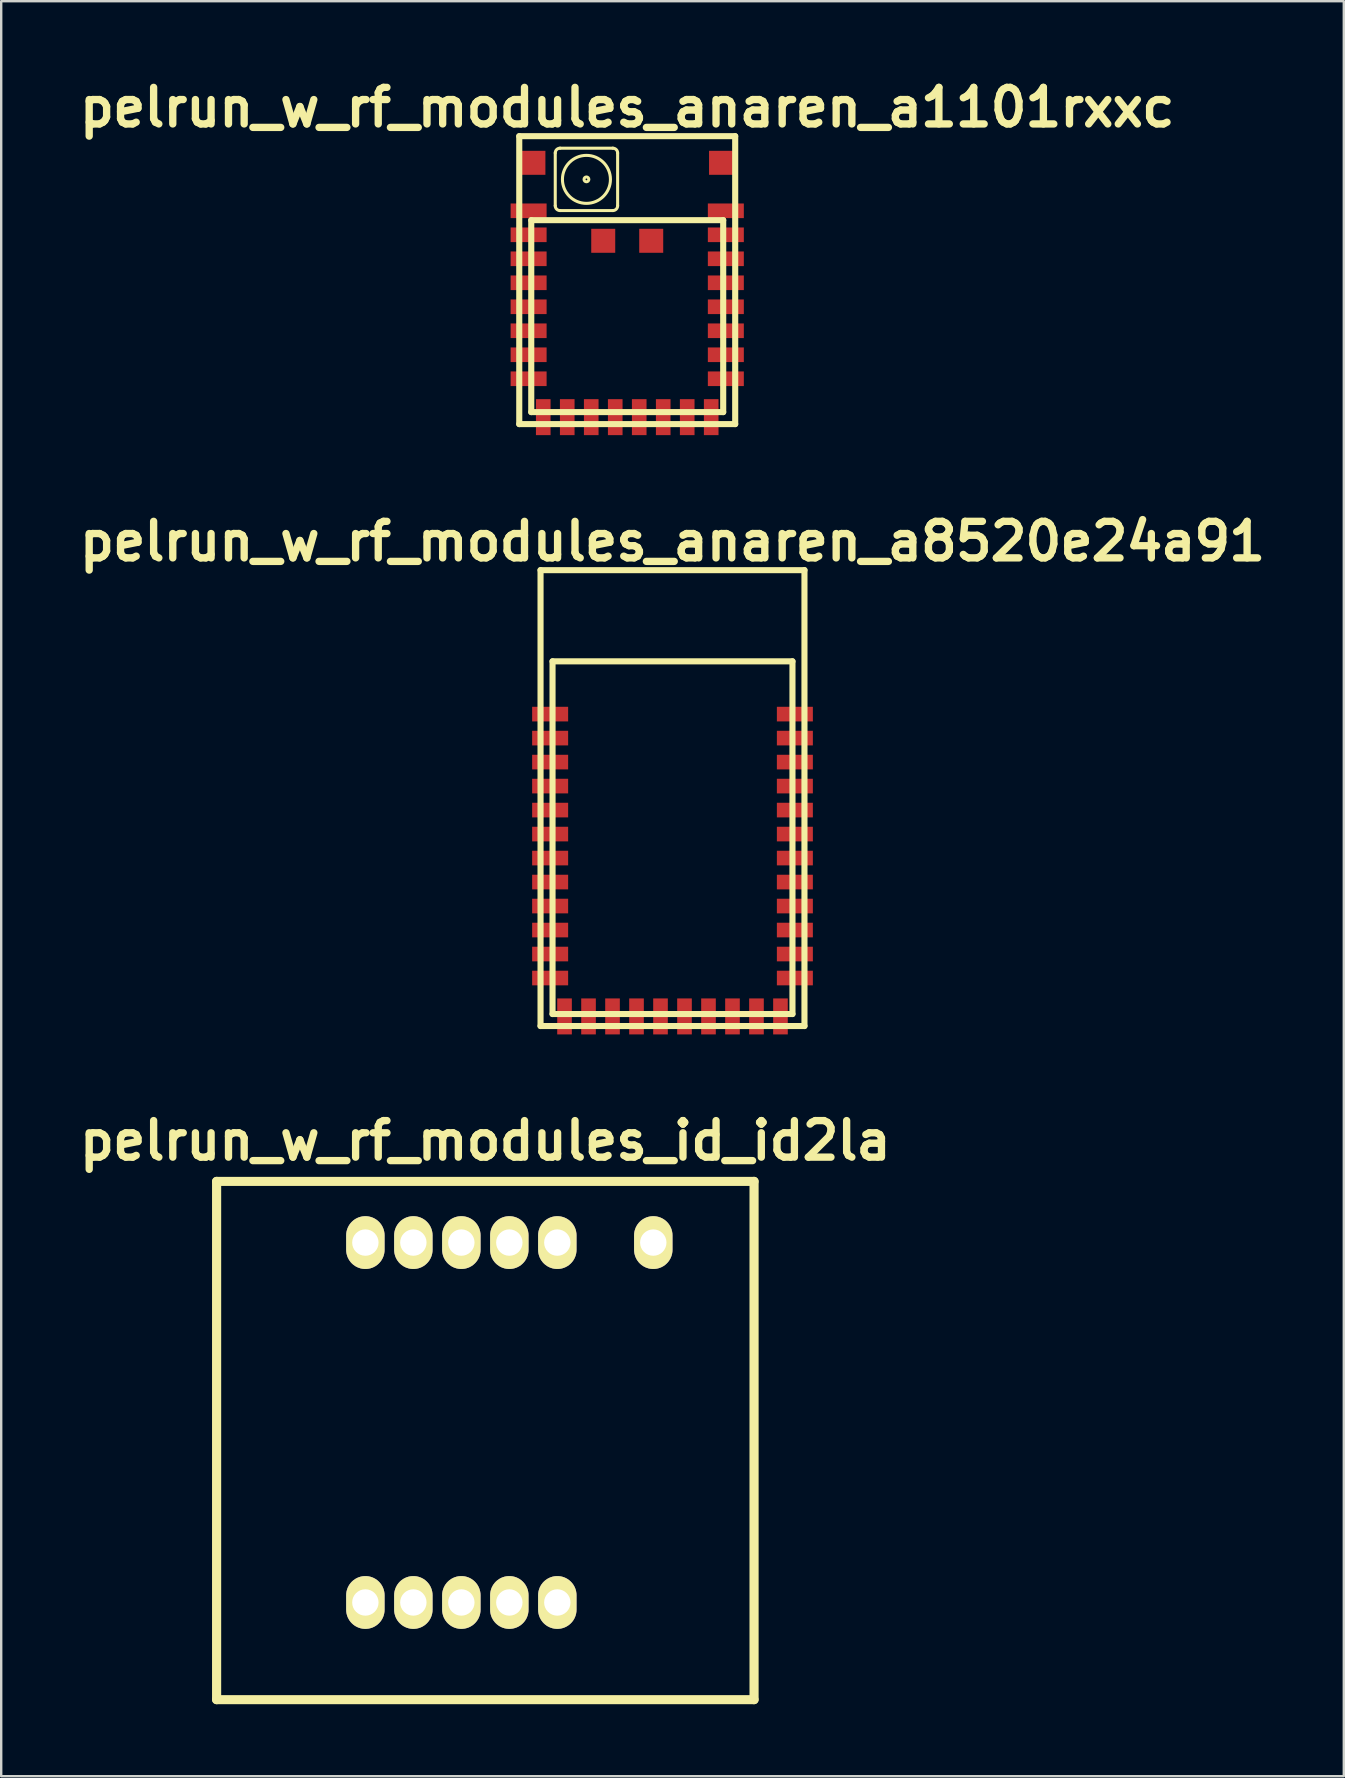
<source format=kicad_pcb>
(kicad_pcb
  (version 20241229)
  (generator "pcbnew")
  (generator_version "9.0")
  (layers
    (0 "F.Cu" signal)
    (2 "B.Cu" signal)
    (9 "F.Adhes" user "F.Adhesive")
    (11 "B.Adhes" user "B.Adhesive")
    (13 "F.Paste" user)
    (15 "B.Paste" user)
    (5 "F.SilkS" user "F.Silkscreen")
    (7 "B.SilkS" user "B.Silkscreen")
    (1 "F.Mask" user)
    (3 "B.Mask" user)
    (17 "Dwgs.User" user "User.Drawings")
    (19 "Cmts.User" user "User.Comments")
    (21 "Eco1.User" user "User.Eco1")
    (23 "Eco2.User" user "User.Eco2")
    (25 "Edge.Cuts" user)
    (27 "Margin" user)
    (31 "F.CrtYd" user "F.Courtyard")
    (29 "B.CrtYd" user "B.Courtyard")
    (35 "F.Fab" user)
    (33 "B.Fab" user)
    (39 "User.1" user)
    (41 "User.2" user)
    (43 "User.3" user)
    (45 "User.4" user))
  (footprint "pelrun_w_rf_modules_anaren_a1101rxxc"
    (layer "F.Cu")
    (at 23.092 8.626)
    (property "Reference" "pelrun_w_rf_modules_anaren_a1101rxxc" (at 0 -7.2 0) (layer "F.SilkS") (effects (font (size 1.524 1.524) (thickness 0.305))))
    (attr through_hole)
    (fp_line (start -4.5 -6) (end -4.5 6) (stroke (width 0.254) (type solid)) (layer "F.SilkS"))
    (fp_line (start -4.5 -6) (end 4.5 -6) (stroke (width 0.254) (type solid)) (layer "F.SilkS"))
    (fp_line (start -4.5 6) (end 4.5 6) (stroke (width 0.254) (type solid)) (layer "F.SilkS"))
    (fp_line (start -4 -2.5) (end -4 5.5) (stroke (width 0.254) (type solid)) (layer "F.SilkS"))
    (fp_line (start -4 -2.5) (end 4 -2.5) (stroke (width 0.254) (type solid)) (layer "F.SilkS"))
    (fp_line (start -4 5.5) (end 4 5.5) (stroke (width 0.254) (type solid)) (layer "F.SilkS"))
    (fp_line (start -3 -3.1) (end -3 -5.3) (stroke (width 0.127) (type solid)) (layer "F.SilkS"))
    (fp_line (start -2.8 -5.5) (end -0.6 -5.5) (stroke (width 0.127) (type solid)) (layer "F.SilkS"))
    (fp_line (start -0.6 -2.9) (end -2.8 -2.9) (stroke (width 0.127) (type solid)) (layer "F.SilkS"))
    (fp_line (start -0.4 -5.3) (end -0.4 -3.1) (stroke (width 0.127) (type solid)) (layer "F.SilkS"))
    (fp_line (start 4 -2.5) (end 4 5.5) (stroke (width 0.254) (type solid)) (layer "F.SilkS"))
    (fp_line (start 4.5 -6) (end 4.5 6) (stroke (width 0.254) (type solid)) (layer "F.SilkS"))
    (fp_arc (start -3 -5.3) (mid -2.941421 -5.441421) (end -2.8 -5.5) (stroke (width 0.127) (type solid)) (layer "F.SilkS"))
    (fp_arc (start -2.8 -2.9) (mid -2.941421 -2.958579) (end -3 -3.1) (stroke (width 0.127) (type solid)) (layer "F.SilkS"))
    (fp_arc (start -0.6 -5.5) (mid -0.458579 -5.441421) (end -0.4 -5.3) (stroke (width 0.127) (type solid)) (layer "F.SilkS"))
    (fp_arc (start -0.4 -3.1) (mid -0.458579 -2.958579) (end -0.6 -2.9) (stroke (width 0.127) (type solid)) (layer "F.SilkS"))
    (fp_circle (center -1.7 -4.2) (end -2.7 -4.2) (stroke (width 0.127) (type solid)) (fill no) (layer "F.SilkS"))
    (fp_circle (center -1.7 -4.2) (end -1.8 -4.2) (stroke (width 0.127) (type solid)) (fill no) (layer "F.SilkS"))
    (pad "" smd rect (at -3.91 -4.89) (size 1 1) (layers "F.Cu" "F.Mask" "F.Paste"))
    (pad "" smd rect (at -1 -1.64) (size 1 1) (layers "F.Cu" "F.Mask" "F.Paste"))
    (pad "" smd rect (at 1 -1.64) (size 1 1) (layers "F.Cu" "F.Mask" "F.Paste"))
    (pad "" smd rect (at 3.91 -4.89) (size 1 1) (layers "F.Cu" "F.Mask" "F.Paste"))
    (pad "1" smd rect (at -4.11 -2.89) (size 1.5 0.61) (layers "F.Cu" "F.Mask" "F.Paste"))
    (pad "2" smd rect (at -4.11 -1.89) (size 1.5 0.61) (layers "F.Cu" "F.Mask" "F.Paste"))
    (pad "3" smd rect (at -4.11 -0.89) (size 1.5 0.61) (layers "F.Cu" "F.Mask" "F.Paste"))
    (pad "4" smd rect (at -4.11 0.11) (size 1.5 0.61) (layers "F.Cu" "F.Mask" "F.Paste"))
    (pad "5" smd rect (at -4.11 1.11) (size 1.5 0.61) (layers "F.Cu" "F.Mask" "F.Paste"))
    (pad "6" smd rect (at -4.11 2.11) (size 1.5 0.61) (layers "F.Cu" "F.Mask" "F.Paste"))
    (pad "7" smd rect (at -4.11 3.11) (size 1.5 0.61) (layers "F.Cu" "F.Mask" "F.Paste"))
    (pad "8" smd rect (at -4.11 4.11) (size 1.5 0.61) (layers "F.Cu" "F.Mask" "F.Paste"))
    (pad "9" smd rect (at -3.5 5.71) (size 0.61 1.5) (layers "F.Cu" "F.Mask" "F.Paste"))
    (pad "10" smd rect (at -2.5 5.71) (size 0.61 1.5) (layers "F.Cu" "F.Mask" "F.Paste"))
    (pad "11" smd rect (at -1.5 5.71) (size 0.61 1.5) (layers "F.Cu" "F.Mask" "F.Paste"))
    (pad "12" smd rect (at -0.5 5.71) (size 0.61 1.5) (layers "F.Cu" "F.Mask" "F.Paste"))
    (pad "13" smd rect (at 0.5 5.71) (size 0.61 1.5) (layers "F.Cu" "F.Mask" "F.Paste"))
    (pad "14" smd rect (at 1.5 5.71) (size 0.61 1.5) (layers "F.Cu" "F.Mask" "F.Paste"))
    (pad "15" smd rect (at 2.5 5.71) (size 0.61 1.5) (layers "F.Cu" "F.Mask" "F.Paste"))
    (pad "16" smd rect (at 3.5 5.71) (size 0.61 1.5) (layers "F.Cu" "F.Mask" "F.Paste"))
    (pad "17" smd rect (at 4.11 4.11) (size 1.5 0.61) (layers "F.Cu" "F.Mask" "F.Paste"))
    (pad "18" smd rect (at 4.11 3.11) (size 1.5 0.61) (layers "F.Cu" "F.Mask" "F.Paste"))
    (pad "19" smd rect (at 4.11 2.11) (size 1.5 0.61) (layers "F.Cu" "F.Mask" "F.Paste"))
    (pad "20" smd rect (at 4.11 1.11) (size 1.5 0.61) (layers "F.Cu" "F.Mask" "F.Paste"))
    (pad "21" smd rect (at 4.11 0.11) (size 1.5 0.61) (layers "F.Cu" "F.Mask" "F.Paste"))
    (pad "22" smd rect (at 4.11 -0.89) (size 1.5 0.61) (layers "F.Cu" "F.Mask" "F.Paste"))
    (pad "23" smd rect (at 4.11 -1.89) (size 1.5 0.61) (layers "F.Cu" "F.Mask" "F.Paste"))
    (pad "24" smd rect (at 4.11 -2.89) (size 1.5 0.61) (layers "F.Cu" "F.Mask" "F.Paste")))
  (footprint "pelrun_w_rf_modules_id_id2la"
    (layer "F.Cu")
    (at 17.178 56.989)
    (property "Reference" "pelrun_w_rf_modules_id_id2la" (at 0 -12.5 0) (layer "F.SilkS") (effects (font (size 1.524 1.524) (thickness 0.305))))
    (attr through_hole)
    (fp_line (start -11.2 -10.8) (end -11.2 10.8) (stroke (width 0.381) (type solid)) (layer "F.SilkS"))
    (fp_line (start -11.2 -10.8) (end 11.2 -10.8) (stroke (width 0.378) (type solid)) (layer "F.SilkS"))
    (fp_line (start -11.2 10.8) (end 11.2 10.8) (stroke (width 0.378) (type solid)) (layer "F.SilkS"))
    (fp_line (start 11.2 -10.8) (end 11.2 10.8) (stroke (width 0.381) (type solid)) (layer "F.SilkS"))
    (pad "1" thru_hole oval (at 3 6.75) (size 1.6 2.2) (drill 1.1) (layers "*.Cu" "*.Mask" "F.SilkS"))
    (pad "2" thru_hole oval (at 1 6.75) (size 1.6 2.2) (drill 1.1) (layers "*.Cu" "*.Mask" "F.SilkS"))
    (pad "3" thru_hole oval (at -1 6.75) (size 1.6 2.2) (drill 1.1) (layers "*.Cu" "*.Mask" "F.SilkS"))
    (pad "4" thru_hole oval (at -3 6.75) (size 1.6 2.2) (drill 1.1) (layers "*.Cu" "*.Mask" "F.SilkS"))
    (pad "5" thru_hole oval (at -5 6.75) (size 1.6 2.2) (drill 1.1) (layers "*.Cu" "*.Mask" "F.SilkS"))
    (pad "6" thru_hole oval (at -5 -8.25) (size 1.6 2.2) (drill 1.1) (layers "*.Cu" "*.Mask" "F.SilkS"))
    (pad "7" thru_hole oval (at -3 -8.25) (size 1.6 2.2) (drill 1.1) (layers "*.Cu" "*.Mask" "F.SilkS"))
    (pad "8" thru_hole oval (at -1 -8.25) (size 1.6 2.2) (drill 1.1) (layers "*.Cu" "*.Mask" "F.SilkS"))
    (pad "9" thru_hole oval (at 1 -8.25) (size 1.6 2.2) (drill 1.1) (layers "*.Cu" "*.Mask" "F.SilkS"))
    (pad "10" thru_hole oval (at 3 -8.25) (size 1.6 2.2) (drill 1.1) (layers "*.Cu" "*.Mask" "F.SilkS"))
    (pad "11" thru_hole oval (at 7 -8.25) (size 1.6 2.2) (drill 1.1) (layers "*.Cu" "*.Mask" "F.SilkS")))
  (footprint "pelrun_w_rf_modules_anaren_a8520e24a91"
    (layer "F.Cu")
    (at 24.979 30.213)
    (property "Reference" "pelrun_w_rf_modules_anaren_a8520e24a91" (at 0 -10.7 0) (layer "F.SilkS") (effects (font (size 1.524 1.524) (thickness 0.305))))
    (attr through_hole)
    (fp_line (start -5.5 -9.5) (end -5.5 9.5) (stroke (width 0.254) (type solid)) (layer "F.SilkS"))
    (fp_line (start -5.5 -9.5) (end 5.5 -9.5) (stroke (width 0.254) (type solid)) (layer "F.SilkS"))
    (fp_line (start -5.5 9.5) (end 5.5 9.5) (stroke (width 0.254) (type solid)) (layer "F.SilkS"))
    (fp_line (start -5 -5.7) (end -5 9) (stroke (width 0.254) (type solid)) (layer "F.SilkS"))
    (fp_line (start -5 -5.7) (end 5 -5.7) (stroke (width 0.254) (type solid)) (layer "F.SilkS"))
    (fp_line (start -5 9) (end 5 9) (stroke (width 0.254) (type solid)) (layer "F.SilkS"))
    (fp_line (start 5 -5.7) (end 5 9) (stroke (width 0.254) (type solid)) (layer "F.SilkS"))
    (fp_line (start 5.5 -9.5) (end 5.5 9.5) (stroke (width 0.254) (type solid)) (layer "F.SilkS"))
    (pad "1" smd rect (at -5.1 -3.5) (size 1.5 0.61) (layers "F.Cu" "F.Mask" "F.Paste"))
    (pad "2" smd rect (at -5.1 -2.5) (size 1.5 0.61) (layers "F.Cu" "F.Mask" "F.Paste"))
    (pad "3" smd rect (at -5.1 -1.5) (size 1.5 0.61) (layers "F.Cu" "F.Mask" "F.Paste"))
    (pad "4" smd rect (at -5.1 -0.5) (size 1.5 0.61) (layers "F.Cu" "F.Mask" "F.Paste"))
    (pad "5" smd rect (at -5.1 0.5) (size 1.5 0.61) (layers "F.Cu" "F.Mask" "F.Paste"))
    (pad "6" smd rect (at -5.1 1.5) (size 1.5 0.61) (layers "F.Cu" "F.Mask" "F.Paste"))
    (pad "7" smd rect (at -5.1 2.5) (size 1.5 0.61) (layers "F.Cu" "F.Mask" "F.Paste"))
    (pad "8" smd rect (at -5.1 3.5) (size 1.5 0.61) (layers "F.Cu" "F.Mask" "F.Paste"))
    (pad "9" smd rect (at -5.1 4.5) (size 1.5 0.61) (layers "F.Cu" "F.Mask" "F.Paste"))
    (pad "10" smd rect (at -5.1 5.5) (size 1.5 0.61) (layers "F.Cu" "F.Mask" "F.Paste"))
    (pad "11" smd rect (at -5.1 6.5) (size 1.5 0.61) (layers "F.Cu" "F.Mask" "F.Paste"))
    (pad "12" smd rect (at -5.1 7.5) (size 1.5 0.61) (layers "F.Cu" "F.Mask" "F.Paste"))
    (pad "13" smd rect (at -4.5 9.1) (size 0.61 1.5) (layers "F.Cu" "F.Mask" "F.Paste"))
    (pad "14" smd rect (at -3.5 9.1) (size 0.61 1.5) (layers "F.Cu" "F.Mask" "F.Paste"))
    (pad "15" smd rect (at -2.5 9.1) (size 0.61 1.5) (layers "F.Cu" "F.Mask" "F.Paste"))
    (pad "16" smd rect (at -1.5 9.1) (size 0.61 1.5) (layers "F.Cu" "F.Mask" "F.Paste"))
    (pad "17" smd rect (at -0.5 9.1) (size 0.61 1.5) (layers "F.Cu" "F.Mask" "F.Paste"))
    (pad "18" smd rect (at 0.5 9.1) (size 0.61 1.5) (layers "F.Cu" "F.Mask" "F.Paste"))
    (pad "19" smd rect (at 1.5 9.1) (size 0.61 1.5) (layers "F.Cu" "F.Mask" "F.Paste"))
    (pad "20" smd rect (at 2.5 9.1) (size 0.61 1.5) (layers "F.Cu" "F.Mask" "F.Paste"))
    (pad "21" smd rect (at 3.5 9.1) (size 0.61 1.5) (layers "F.Cu" "F.Mask" "F.Paste"))
    (pad "22" smd rect (at 4.5 9.1) (size 0.61 1.5) (layers "F.Cu" "F.Mask" "F.Paste"))
    (pad "23" smd rect (at 5.1 7.5) (size 1.5 0.61) (layers "F.Cu" "F.Mask" "F.Paste"))
    (pad "24" smd rect (at 5.1 6.5) (size 1.5 0.61) (layers "F.Cu" "F.Mask" "F.Paste"))
    (pad "25" smd rect (at 5.1 5.5) (size 1.5 0.61) (layers "F.Cu" "F.Mask" "F.Paste"))
    (pad "26" smd rect (at 5.1 4.5) (size 1.5 0.61) (layers "F.Cu" "F.Mask" "F.Paste"))
    (pad "27" smd rect (at 5.1 3.5) (size 1.5 0.61) (layers "F.Cu" "F.Mask" "F.Paste"))
    (pad "28" smd rect (at 5.1 2.5) (size 1.5 0.61) (layers "F.Cu" "F.Mask" "F.Paste"))
    (pad "29" smd rect (at 5.1 1.5) (size 1.5 0.61) (layers "F.Cu" "F.Mask" "F.Paste"))
    (pad "30" smd rect (at 5.1 0.5) (size 1.5 0.61) (layers "F.Cu" "F.Mask" "F.Paste"))
    (pad "31" smd rect (at 5.1 -0.5) (size 1.5 0.61) (layers "F.Cu" "F.Mask" "F.Paste"))
    (pad "32" smd rect (at 5.1 -1.5) (size 1.5 0.61) (layers "F.Cu" "F.Mask" "F.Paste"))
    (pad "33" smd rect (at 5.1 -2.5) (size 1.5 0.61) (layers "F.Cu" "F.Mask" "F.Paste"))
    (pad "34" smd rect (at 5.1 -3.5) (size 1.5 0.61) (layers "F.Cu" "F.Mask" "F.Paste")))
  (gr_rect
    (start -3 -3)
    (end 52.958 70.98)
    (stroke (width 0.1) (type default))
    (fill no)
    (layer "Edge.Cuts")))
</source>
